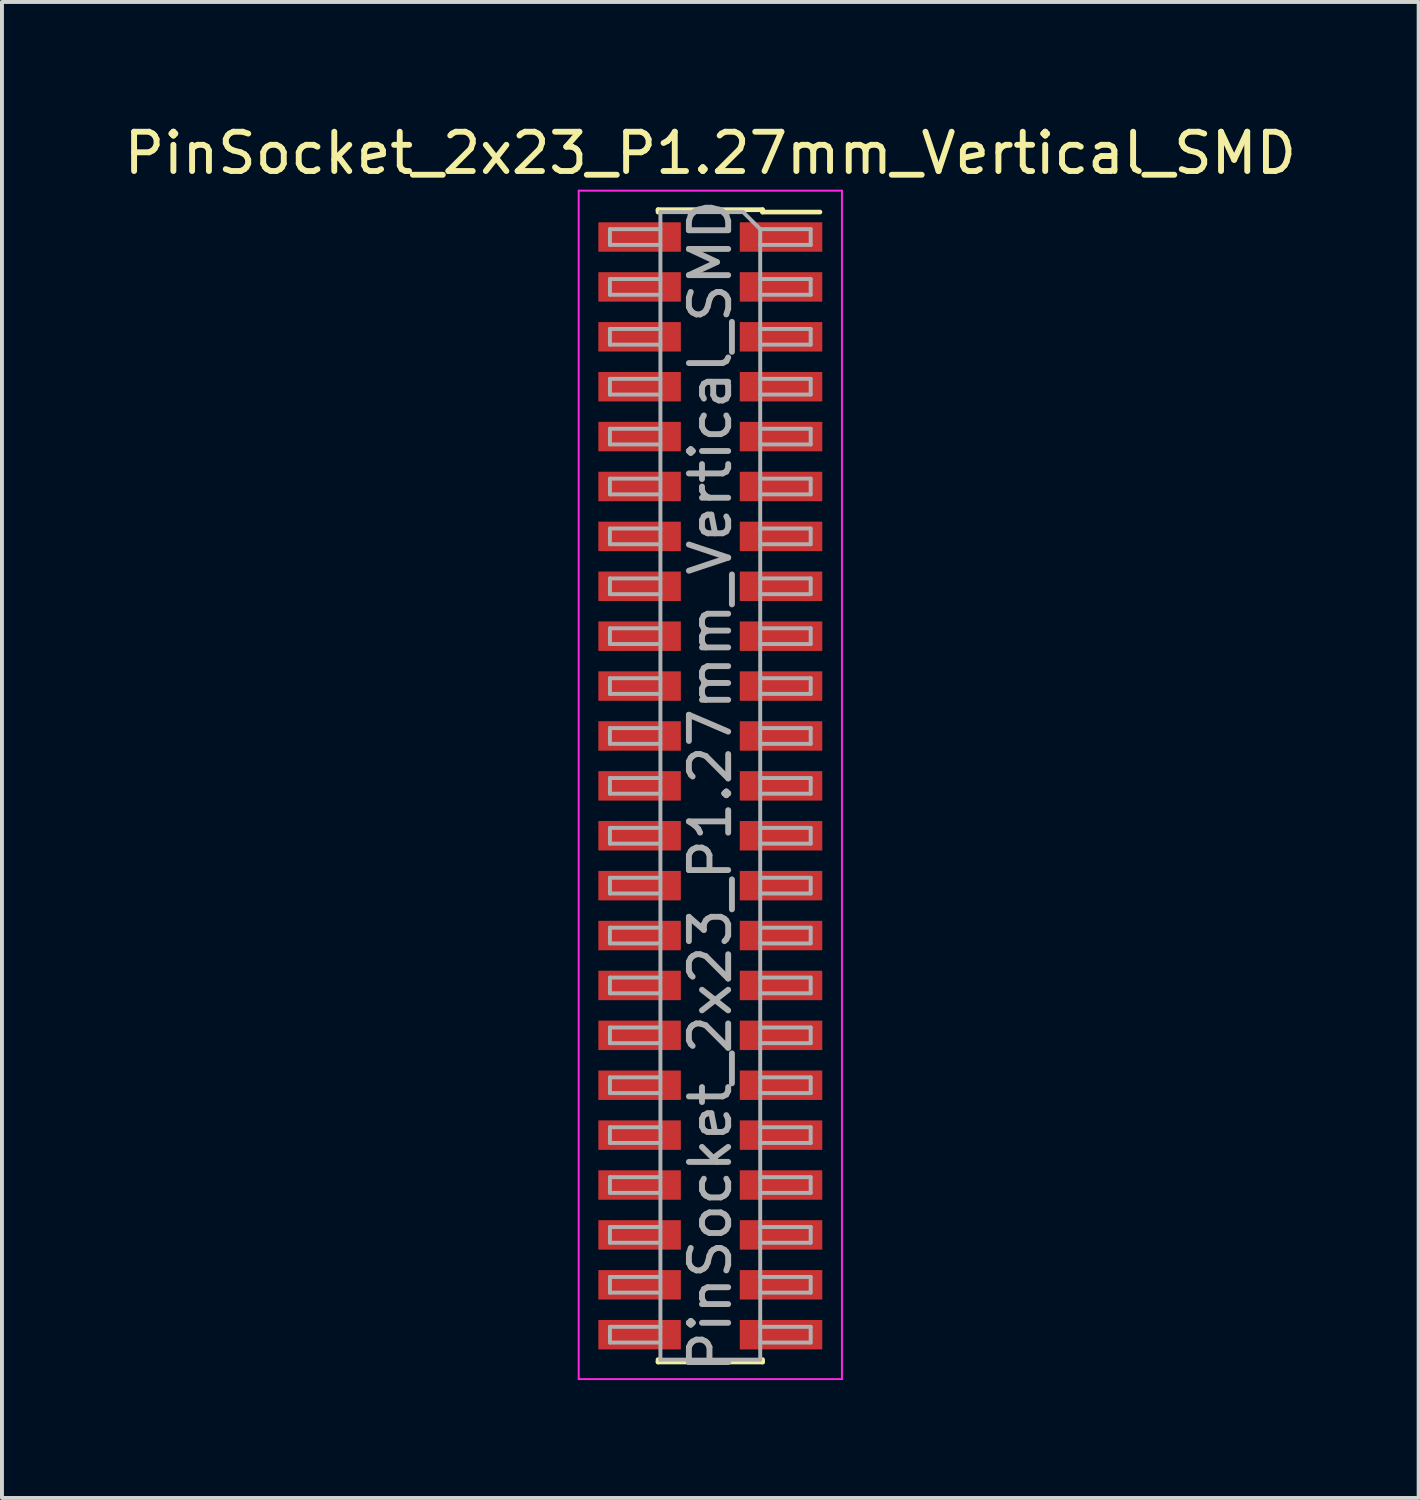
<source format=kicad_pcb>
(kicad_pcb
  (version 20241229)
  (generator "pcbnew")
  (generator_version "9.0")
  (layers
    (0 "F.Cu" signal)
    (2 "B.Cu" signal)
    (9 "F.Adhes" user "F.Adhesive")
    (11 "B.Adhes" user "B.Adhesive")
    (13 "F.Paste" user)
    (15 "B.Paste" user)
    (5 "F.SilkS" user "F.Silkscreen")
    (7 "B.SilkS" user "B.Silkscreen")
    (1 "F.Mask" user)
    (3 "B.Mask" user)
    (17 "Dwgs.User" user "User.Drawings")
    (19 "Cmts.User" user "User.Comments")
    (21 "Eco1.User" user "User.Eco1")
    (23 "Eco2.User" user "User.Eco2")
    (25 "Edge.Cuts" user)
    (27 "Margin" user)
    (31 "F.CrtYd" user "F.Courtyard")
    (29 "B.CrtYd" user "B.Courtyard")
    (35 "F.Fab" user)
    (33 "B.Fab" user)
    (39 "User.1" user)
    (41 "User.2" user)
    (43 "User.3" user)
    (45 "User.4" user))
  (footprint "PinSocket_2x23_P1.27mm_Vertical_SMD"
    (layer "F.Cu")
    (at 15.03 16.953)
    (property "Reference" "PinSocket_2x23_P1.27mm_Vertical_SMD" (at 0 -16.105 0) (layer "F.SilkS") (effects (font (size 1 1) (thickness 0.15))))
    (attr smd)
    (fp_line (start -1.33 -14.665) (end -1.33 -14.605) (stroke (width 0.12) (type solid)) (layer "F.SilkS"))
    (fp_line (start -1.33 -14.665) (end 1.33 -14.665) (stroke (width 0.12) (type solid)) (layer "F.SilkS"))
    (fp_line (start -1.33 14.605) (end -1.33 14.665) (stroke (width 0.12) (type solid)) (layer "F.SilkS"))
    (fp_line (start -1.33 14.665) (end 1.33 14.665) (stroke (width 0.12) (type solid)) (layer "F.SilkS"))
    (fp_line (start 1.33 -14.665) (end 1.33 -14.605) (stroke (width 0.12) (type solid)) (layer "F.SilkS"))
    (fp_line (start 1.33 -14.605) (end 2.79 -14.605) (stroke (width 0.12) (type solid)) (layer "F.SilkS"))
    (fp_line (start 1.33 14.605) (end 1.33 14.665) (stroke (width 0.12) (type solid)) (layer "F.SilkS"))
    (fp_line (start -3.35 -15.15) (end 3.35 -15.15) (stroke (width 0.05) (type solid)) (layer "F.CrtYd"))
    (fp_line (start -3.35 15.1) (end -3.35 -15.15) (stroke (width 0.05) (type solid)) (layer "F.CrtYd"))
    (fp_line (start 3.35 -15.15) (end 3.35 15.1) (stroke (width 0.05) (type solid)) (layer "F.CrtYd"))
    (fp_line (start 3.35 15.1) (end -3.35 15.1) (stroke (width 0.05) (type solid)) (layer "F.CrtYd"))
    (fp_line (start -2.555 -14.17) (end -1.27 -14.17) (stroke (width 0.1) (type solid)) (layer "F.Fab"))
    (fp_line (start -2.555 -13.77) (end -2.555 -14.17) (stroke (width 0.1) (type solid)) (layer "F.Fab"))
    (fp_line (start -2.555 -12.9) (end -1.27 -12.9) (stroke (width 0.1) (type solid)) (layer "F.Fab"))
    (fp_line (start -2.555 -12.5) (end -2.555 -12.9) (stroke (width 0.1) (type solid)) (layer "F.Fab"))
    (fp_line (start -2.555 -11.63) (end -1.27 -11.63) (stroke (width 0.1) (type solid)) (layer "F.Fab"))
    (fp_line (start -2.555 -11.23) (end -2.555 -11.63) (stroke (width 0.1) (type solid)) (layer "F.Fab"))
    (fp_line (start -2.555 -10.36) (end -1.27 -10.36) (stroke (width 0.1) (type solid)) (layer "F.Fab"))
    (fp_line (start -2.555 -9.96) (end -2.555 -10.36) (stroke (width 0.1) (type solid)) (layer "F.Fab"))
    (fp_line (start -2.555 -9.09) (end -1.27 -9.09) (stroke (width 0.1) (type solid)) (layer "F.Fab"))
    (fp_line (start -2.555 -8.69) (end -2.555 -9.09) (stroke (width 0.1) (type solid)) (layer "F.Fab"))
    (fp_line (start -2.555 -7.82) (end -1.27 -7.82) (stroke (width 0.1) (type solid)) (layer "F.Fab"))
    (fp_line (start -2.555 -7.42) (end -2.555 -7.82) (stroke (width 0.1) (type solid)) (layer "F.Fab"))
    (fp_line (start -2.555 -6.55) (end -1.27 -6.55) (stroke (width 0.1) (type solid)) (layer "F.Fab"))
    (fp_line (start -2.555 -6.15) (end -2.555 -6.55) (stroke (width 0.1) (type solid)) (layer "F.Fab"))
    (fp_line (start -2.555 -5.28) (end -1.27 -5.28) (stroke (width 0.1) (type solid)) (layer "F.Fab"))
    (fp_line (start -2.555 -4.88) (end -2.555 -5.28) (stroke (width 0.1) (type solid)) (layer "F.Fab"))
    (fp_line (start -2.555 -4.01) (end -1.27 -4.01) (stroke (width 0.1) (type solid)) (layer "F.Fab"))
    (fp_line (start -2.555 -3.61) (end -2.555 -4.01) (stroke (width 0.1) (type solid)) (layer "F.Fab"))
    (fp_line (start -2.555 -2.74) (end -1.27 -2.74) (stroke (width 0.1) (type solid)) (layer "F.Fab"))
    (fp_line (start -2.555 -2.34) (end -2.555 -2.74) (stroke (width 0.1) (type solid)) (layer "F.Fab"))
    (fp_line (start -2.555 -1.47) (end -1.27 -1.47) (stroke (width 0.1) (type solid)) (layer "F.Fab"))
    (fp_line (start -2.555 -1.07) (end -2.555 -1.47) (stroke (width 0.1) (type solid)) (layer "F.Fab"))
    (fp_line (start -2.555 -0.2) (end -1.27 -0.2) (stroke (width 0.1) (type solid)) (layer "F.Fab"))
    (fp_line (start -2.555 0.2) (end -2.555 -0.2) (stroke (width 0.1) (type solid)) (layer "F.Fab"))
    (fp_line (start -2.555 1.07) (end -1.27 1.07) (stroke (width 0.1) (type solid)) (layer "F.Fab"))
    (fp_line (start -2.555 1.47) (end -2.555 1.07) (stroke (width 0.1) (type solid)) (layer "F.Fab"))
    (fp_line (start -2.555 2.34) (end -1.27 2.34) (stroke (width 0.1) (type solid)) (layer "F.Fab"))
    (fp_line (start -2.555 2.74) (end -2.555 2.34) (stroke (width 0.1) (type solid)) (layer "F.Fab"))
    (fp_line (start -2.555 3.61) (end -1.27 3.61) (stroke (width 0.1) (type solid)) (layer "F.Fab"))
    (fp_line (start -2.555 4.01) (end -2.555 3.61) (stroke (width 0.1) (type solid)) (layer "F.Fab"))
    (fp_line (start -2.555 4.88) (end -1.27 4.88) (stroke (width 0.1) (type solid)) (layer "F.Fab"))
    (fp_line (start -2.555 5.28) (end -2.555 4.88) (stroke (width 0.1) (type solid)) (layer "F.Fab"))
    (fp_line (start -2.555 6.15) (end -1.27 6.15) (stroke (width 0.1) (type solid)) (layer "F.Fab"))
    (fp_line (start -2.555 6.55) (end -2.555 6.15) (stroke (width 0.1) (type solid)) (layer "F.Fab"))
    (fp_line (start -2.555 7.42) (end -1.27 7.42) (stroke (width 0.1) (type solid)) (layer "F.Fab"))
    (fp_line (start -2.555 7.82) (end -2.555 7.42) (stroke (width 0.1) (type solid)) (layer "F.Fab"))
    (fp_line (start -2.555 8.69) (end -1.27 8.69) (stroke (width 0.1) (type solid)) (layer "F.Fab"))
    (fp_line (start -2.555 9.09) (end -2.555 8.69) (stroke (width 0.1) (type solid)) (layer "F.Fab"))
    (fp_line (start -2.555 9.96) (end -1.27 9.96) (stroke (width 0.1) (type solid)) (layer "F.Fab"))
    (fp_line (start -2.555 10.36) (end -2.555 9.96) (stroke (width 0.1) (type solid)) (layer "F.Fab"))
    (fp_line (start -2.555 11.23) (end -1.27 11.23) (stroke (width 0.1) (type solid)) (layer "F.Fab"))
    (fp_line (start -2.555 11.63) (end -2.555 11.23) (stroke (width 0.1) (type solid)) (layer "F.Fab"))
    (fp_line (start -2.555 12.5) (end -1.27 12.5) (stroke (width 0.1) (type solid)) (layer "F.Fab"))
    (fp_line (start -2.555 12.9) (end -2.555 12.5) (stroke (width 0.1) (type solid)) (layer "F.Fab"))
    (fp_line (start -2.555 13.77) (end -1.27 13.77) (stroke (width 0.1) (type solid)) (layer "F.Fab"))
    (fp_line (start -2.555 14.17) (end -2.555 13.77) (stroke (width 0.1) (type solid)) (layer "F.Fab"))
    (fp_line (start -1.27 -14.605) (end 0.835 -14.605) (stroke (width 0.1) (type solid)) (layer "F.Fab"))
    (fp_line (start -1.27 -13.77) (end -2.555 -13.77) (stroke (width 0.1) (type solid)) (layer "F.Fab"))
    (fp_line (start -1.27 -12.5) (end -2.555 -12.5) (stroke (width 0.1) (type solid)) (layer "F.Fab"))
    (fp_line (start -1.27 -11.23) (end -2.555 -11.23) (stroke (width 0.1) (type solid)) (layer "F.Fab"))
    (fp_line (start -1.27 -9.96) (end -2.555 -9.96) (stroke (width 0.1) (type solid)) (layer "F.Fab"))
    (fp_line (start -1.27 -8.69) (end -2.555 -8.69) (stroke (width 0.1) (type solid)) (layer "F.Fab"))
    (fp_line (start -1.27 -7.42) (end -2.555 -7.42) (stroke (width 0.1) (type solid)) (layer "F.Fab"))
    (fp_line (start -1.27 -6.15) (end -2.555 -6.15) (stroke (width 0.1) (type solid)) (layer "F.Fab"))
    (fp_line (start -1.27 -4.88) (end -2.555 -4.88) (stroke (width 0.1) (type solid)) (layer "F.Fab"))
    (fp_line (start -1.27 -3.61) (end -2.555 -3.61) (stroke (width 0.1) (type solid)) (layer "F.Fab"))
    (fp_line (start -1.27 -2.34) (end -2.555 -2.34) (stroke (width 0.1) (type solid)) (layer "F.Fab"))
    (fp_line (start -1.27 -1.07) (end -2.555 -1.07) (stroke (width 0.1) (type solid)) (layer "F.Fab"))
    (fp_line (start -1.27 0.2) (end -2.555 0.2) (stroke (width 0.1) (type solid)) (layer "F.Fab"))
    (fp_line (start -1.27 1.47) (end -2.555 1.47) (stroke (width 0.1) (type solid)) (layer "F.Fab"))
    (fp_line (start -1.27 2.74) (end -2.555 2.74) (stroke (width 0.1) (type solid)) (layer "F.Fab"))
    (fp_line (start -1.27 4.01) (end -2.555 4.01) (stroke (width 0.1) (type solid)) (layer "F.Fab"))
    (fp_line (start -1.27 5.28) (end -2.555 5.28) (stroke (width 0.1) (type solid)) (layer "F.Fab"))
    (fp_line (start -1.27 6.55) (end -2.555 6.55) (stroke (width 0.1) (type solid)) (layer "F.Fab"))
    (fp_line (start -1.27 7.82) (end -2.555 7.82) (stroke (width 0.1) (type solid)) (layer "F.Fab"))
    (fp_line (start -1.27 9.09) (end -2.555 9.09) (stroke (width 0.1) (type solid)) (layer "F.Fab"))
    (fp_line (start -1.27 10.36) (end -2.555 10.36) (stroke (width 0.1) (type solid)) (layer "F.Fab"))
    (fp_line (start -1.27 11.63) (end -2.555 11.63) (stroke (width 0.1) (type solid)) (layer "F.Fab"))
    (fp_line (start -1.27 12.9) (end -2.555 12.9) (stroke (width 0.1) (type solid)) (layer "F.Fab"))
    (fp_line (start -1.27 14.17) (end -2.555 14.17) (stroke (width 0.1) (type solid)) (layer "F.Fab"))
    (fp_line (start -1.27 14.605) (end -1.27 -14.605) (stroke (width 0.1) (type solid)) (layer "F.Fab"))
    (fp_line (start 0.835 -14.605) (end 1.27 -14.17) (stroke (width 0.1) (type solid)) (layer "F.Fab"))
    (fp_line (start 1.27 -14.17) (end 1.27 14.605) (stroke (width 0.1) (type solid)) (layer "F.Fab"))
    (fp_line (start 1.27 -14.17) (end 2.555 -14.17) (stroke (width 0.1) (type solid)) (layer "F.Fab"))
    (fp_line (start 1.27 -12.9) (end 2.555 -12.9) (stroke (width 0.1) (type solid)) (layer "F.Fab"))
    (fp_line (start 1.27 -11.63) (end 2.555 -11.63) (stroke (width 0.1) (type solid)) (layer "F.Fab"))
    (fp_line (start 1.27 -10.36) (end 2.555 -10.36) (stroke (width 0.1) (type solid)) (layer "F.Fab"))
    (fp_line (start 1.27 -9.09) (end 2.555 -9.09) (stroke (width 0.1) (type solid)) (layer "F.Fab"))
    (fp_line (start 1.27 -7.82) (end 2.555 -7.82) (stroke (width 0.1) (type solid)) (layer "F.Fab"))
    (fp_line (start 1.27 -6.55) (end 2.555 -6.55) (stroke (width 0.1) (type solid)) (layer "F.Fab"))
    (fp_line (start 1.27 -5.28) (end 2.555 -5.28) (stroke (width 0.1) (type solid)) (layer "F.Fab"))
    (fp_line (start 1.27 -4.01) (end 2.555 -4.01) (stroke (width 0.1) (type solid)) (layer "F.Fab"))
    (fp_line (start 1.27 -2.74) (end 2.555 -2.74) (stroke (width 0.1) (type solid)) (layer "F.Fab"))
    (fp_line (start 1.27 -1.47) (end 2.555 -1.47) (stroke (width 0.1) (type solid)) (layer "F.Fab"))
    (fp_line (start 1.27 -0.2) (end 2.555 -0.2) (stroke (width 0.1) (type solid)) (layer "F.Fab"))
    (fp_line (start 1.27 1.07) (end 2.555 1.07) (stroke (width 0.1) (type solid)) (layer "F.Fab"))
    (fp_line (start 1.27 2.34) (end 2.555 2.34) (stroke (width 0.1) (type solid)) (layer "F.Fab"))
    (fp_line (start 1.27 3.61) (end 2.555 3.61) (stroke (width 0.1) (type solid)) (layer "F.Fab"))
    (fp_line (start 1.27 4.88) (end 2.555 4.88) (stroke (width 0.1) (type solid)) (layer "F.Fab"))
    (fp_line (start 1.27 6.15) (end 2.555 6.15) (stroke (width 0.1) (type solid)) (layer "F.Fab"))
    (fp_line (start 1.27 7.42) (end 2.555 7.42) (stroke (width 0.1) (type solid)) (layer "F.Fab"))
    (fp_line (start 1.27 8.69) (end 2.555 8.69) (stroke (width 0.1) (type solid)) (layer "F.Fab"))
    (fp_line (start 1.27 9.96) (end 2.555 9.96) (stroke (width 0.1) (type solid)) (layer "F.Fab"))
    (fp_line (start 1.27 11.23) (end 2.555 11.23) (stroke (width 0.1) (type solid)) (layer "F.Fab"))
    (fp_line (start 1.27 12.5) (end 2.555 12.5) (stroke (width 0.1) (type solid)) (layer "F.Fab"))
    (fp_line (start 1.27 13.77) (end 2.555 13.77) (stroke (width 0.1) (type solid)) (layer "F.Fab"))
    (fp_line (start 1.27 14.605) (end -1.27 14.605) (stroke (width 0.1) (type solid)) (layer "F.Fab"))
    (fp_line (start 2.555 -14.17) (end 2.555 -13.77) (stroke (width 0.1) (type solid)) (layer "F.Fab"))
    (fp_line (start 2.555 -13.77) (end 1.27 -13.77) (stroke (width 0.1) (type solid)) (layer "F.Fab"))
    (fp_line (start 2.555 -12.9) (end 2.555 -12.5) (stroke (width 0.1) (type solid)) (layer "F.Fab"))
    (fp_line (start 2.555 -12.5) (end 1.27 -12.5) (stroke (width 0.1) (type solid)) (layer "F.Fab"))
    (fp_line (start 2.555 -11.63) (end 2.555 -11.23) (stroke (width 0.1) (type solid)) (layer "F.Fab"))
    (fp_line (start 2.555 -11.23) (end 1.27 -11.23) (stroke (width 0.1) (type solid)) (layer "F.Fab"))
    (fp_line (start 2.555 -10.36) (end 2.555 -9.96) (stroke (width 0.1) (type solid)) (layer "F.Fab"))
    (fp_line (start 2.555 -9.96) (end 1.27 -9.96) (stroke (width 0.1) (type solid)) (layer "F.Fab"))
    (fp_line (start 2.555 -9.09) (end 2.555 -8.69) (stroke (width 0.1) (type solid)) (layer "F.Fab"))
    (fp_line (start 2.555 -8.69) (end 1.27 -8.69) (stroke (width 0.1) (type solid)) (layer "F.Fab"))
    (fp_line (start 2.555 -7.82) (end 2.555 -7.42) (stroke (width 0.1) (type solid)) (layer "F.Fab"))
    (fp_line (start 2.555 -7.42) (end 1.27 -7.42) (stroke (width 0.1) (type solid)) (layer "F.Fab"))
    (fp_line (start 2.555 -6.55) (end 2.555 -6.15) (stroke (width 0.1) (type solid)) (layer "F.Fab"))
    (fp_line (start 2.555 -6.15) (end 1.27 -6.15) (stroke (width 0.1) (type solid)) (layer "F.Fab"))
    (fp_line (start 2.555 -5.28) (end 2.555 -4.88) (stroke (width 0.1) (type solid)) (layer "F.Fab"))
    (fp_line (start 2.555 -4.88) (end 1.27 -4.88) (stroke (width 0.1) (type solid)) (layer "F.Fab"))
    (fp_line (start 2.555 -4.01) (end 2.555 -3.61) (stroke (width 0.1) (type solid)) (layer "F.Fab"))
    (fp_line (start 2.555 -3.61) (end 1.27 -3.61) (stroke (width 0.1) (type solid)) (layer "F.Fab"))
    (fp_line (start 2.555 -2.74) (end 2.555 -2.34) (stroke (width 0.1) (type solid)) (layer "F.Fab"))
    (fp_line (start 2.555 -2.34) (end 1.27 -2.34) (stroke (width 0.1) (type solid)) (layer "F.Fab"))
    (fp_line (start 2.555 -1.47) (end 2.555 -1.07) (stroke (width 0.1) (type solid)) (layer "F.Fab"))
    (fp_line (start 2.555 -1.07) (end 1.27 -1.07) (stroke (width 0.1) (type solid)) (layer "F.Fab"))
    (fp_line (start 2.555 -0.2) (end 2.555 0.2) (stroke (width 0.1) (type solid)) (layer "F.Fab"))
    (fp_line (start 2.555 0.2) (end 1.27 0.2) (stroke (width 0.1) (type solid)) (layer "F.Fab"))
    (fp_line (start 2.555 1.07) (end 2.555 1.47) (stroke (width 0.1) (type solid)) (layer "F.Fab"))
    (fp_line (start 2.555 1.47) (end 1.27 1.47) (stroke (width 0.1) (type solid)) (layer "F.Fab"))
    (fp_line (start 2.555 2.34) (end 2.555 2.74) (stroke (width 0.1) (type solid)) (layer "F.Fab"))
    (fp_line (start 2.555 2.74) (end 1.27 2.74) (stroke (width 0.1) (type solid)) (layer "F.Fab"))
    (fp_line (start 2.555 3.61) (end 2.555 4.01) (stroke (width 0.1) (type solid)) (layer "F.Fab"))
    (fp_line (start 2.555 4.01) (end 1.27 4.01) (stroke (width 0.1) (type solid)) (layer "F.Fab"))
    (fp_line (start 2.555 4.88) (end 2.555 5.28) (stroke (width 0.1) (type solid)) (layer "F.Fab"))
    (fp_line (start 2.555 5.28) (end 1.27 5.28) (stroke (width 0.1) (type solid)) (layer "F.Fab"))
    (fp_line (start 2.555 6.15) (end 2.555 6.55) (stroke (width 0.1) (type solid)) (layer "F.Fab"))
    (fp_line (start 2.555 6.55) (end 1.27 6.55) (stroke (width 0.1) (type solid)) (layer "F.Fab"))
    (fp_line (start 2.555 7.42) (end 2.555 7.82) (stroke (width 0.1) (type solid)) (layer "F.Fab"))
    (fp_line (start 2.555 7.82) (end 1.27 7.82) (stroke (width 0.1) (type solid)) (layer "F.Fab"))
    (fp_line (start 2.555 8.69) (end 2.555 9.09) (stroke (width 0.1) (type solid)) (layer "F.Fab"))
    (fp_line (start 2.555 9.09) (end 1.27 9.09) (stroke (width 0.1) (type solid)) (layer "F.Fab"))
    (fp_line (start 2.555 9.96) (end 2.555 10.36) (stroke (width 0.1) (type solid)) (layer "F.Fab"))
    (fp_line (start 2.555 10.36) (end 1.27 10.36) (stroke (width 0.1) (type solid)) (layer "F.Fab"))
    (fp_line (start 2.555 11.23) (end 2.555 11.63) (stroke (width 0.1) (type solid)) (layer "F.Fab"))
    (fp_line (start 2.555 11.63) (end 1.27 11.63) (stroke (width 0.1) (type solid)) (layer "F.Fab"))
    (fp_line (start 2.555 12.5) (end 2.555 12.9) (stroke (width 0.1) (type solid)) (layer "F.Fab"))
    (fp_line (start 2.555 12.9) (end 1.27 12.9) (stroke (width 0.1) (type solid)) (layer "F.Fab"))
    (fp_line (start 2.555 13.77) (end 2.555 14.17) (stroke (width 0.1) (type solid)) (layer "F.Fab"))
    (fp_line (start 2.555 14.17) (end 1.27 14.17) (stroke (width 0.1) (type solid)) (layer "F.Fab"))
    (fp_text user "${REFERENCE}" (at 0 0 90) (layer "F.Fab") (effects (font (size 1 1) (thickness 0.15))))
    (pad "1" smd rect (at 1.8 -13.97) (size 2.1 0.75) (layers "F.Cu" "F.Mask" "F.Paste"))
    (pad "2" smd rect (at -1.8 -13.97) (size 2.1 0.75) (layers "F.Cu" "F.Mask" "F.Paste"))
    (pad "3" smd rect (at 1.8 -12.7) (size 2.1 0.75) (layers "F.Cu" "F.Mask" "F.Paste"))
    (pad "4" smd rect (at -1.8 -12.7) (size 2.1 0.75) (layers "F.Cu" "F.Mask" "F.Paste"))
    (pad "5" smd rect (at 1.8 -11.43) (size 2.1 0.75) (layers "F.Cu" "F.Mask" "F.Paste"))
    (pad "6" smd rect (at -1.8 -11.43) (size 2.1 0.75) (layers "F.Cu" "F.Mask" "F.Paste"))
    (pad "7" smd rect (at 1.8 -10.16) (size 2.1 0.75) (layers "F.Cu" "F.Mask" "F.Paste"))
    (pad "8" smd rect (at -1.8 -10.16) (size 2.1 0.75) (layers "F.Cu" "F.Mask" "F.Paste"))
    (pad "9" smd rect (at 1.8 -8.89) (size 2.1 0.75) (layers "F.Cu" "F.Mask" "F.Paste"))
    (pad "10" smd rect (at -1.8 -8.89) (size 2.1 0.75) (layers "F.Cu" "F.Mask" "F.Paste"))
    (pad "11" smd rect (at 1.8 -7.62) (size 2.1 0.75) (layers "F.Cu" "F.Mask" "F.Paste"))
    (pad "12" smd rect (at -1.8 -7.62) (size 2.1 0.75) (layers "F.Cu" "F.Mask" "F.Paste"))
    (pad "13" smd rect (at 1.8 -6.35) (size 2.1 0.75) (layers "F.Cu" "F.Mask" "F.Paste"))
    (pad "14" smd rect (at -1.8 -6.35) (size 2.1 0.75) (layers "F.Cu" "F.Mask" "F.Paste"))
    (pad "15" smd rect (at 1.8 -5.08) (size 2.1 0.75) (layers "F.Cu" "F.Mask" "F.Paste"))
    (pad "16" smd rect (at -1.8 -5.08) (size 2.1 0.75) (layers "F.Cu" "F.Mask" "F.Paste"))
    (pad "17" smd rect (at 1.8 -3.81) (size 2.1 0.75) (layers "F.Cu" "F.Mask" "F.Paste"))
    (pad "18" smd rect (at -1.8 -3.81) (size 2.1 0.75) (layers "F.Cu" "F.Mask" "F.Paste"))
    (pad "19" smd rect (at 1.8 -2.54) (size 2.1 0.75) (layers "F.Cu" "F.Mask" "F.Paste"))
    (pad "20" smd rect (at -1.8 -2.54) (size 2.1 0.75) (layers "F.Cu" "F.Mask" "F.Paste"))
    (pad "21" smd rect (at 1.8 -1.27) (size 2.1 0.75) (layers "F.Cu" "F.Mask" "F.Paste"))
    (pad "22" smd rect (at -1.8 -1.27) (size 2.1 0.75) (layers "F.Cu" "F.Mask" "F.Paste"))
    (pad "23" smd rect (at 1.8 0) (size 2.1 0.75) (layers "F.Cu" "F.Mask" "F.Paste"))
    (pad "24" smd rect (at -1.8 0) (size 2.1 0.75) (layers "F.Cu" "F.Mask" "F.Paste"))
    (pad "25" smd rect (at 1.8 1.27) (size 2.1 0.75) (layers "F.Cu" "F.Mask" "F.Paste"))
    (pad "26" smd rect (at -1.8 1.27) (size 2.1 0.75) (layers "F.Cu" "F.Mask" "F.Paste"))
    (pad "27" smd rect (at 1.8 2.54) (size 2.1 0.75) (layers "F.Cu" "F.Mask" "F.Paste"))
    (pad "28" smd rect (at -1.8 2.54) (size 2.1 0.75) (layers "F.Cu" "F.Mask" "F.Paste"))
    (pad "29" smd rect (at 1.8 3.81) (size 2.1 0.75) (layers "F.Cu" "F.Mask" "F.Paste"))
    (pad "30" smd rect (at -1.8 3.81) (size 2.1 0.75) (layers "F.Cu" "F.Mask" "F.Paste"))
    (pad "31" smd rect (at 1.8 5.08) (size 2.1 0.75) (layers "F.Cu" "F.Mask" "F.Paste"))
    (pad "32" smd rect (at -1.8 5.08) (size 2.1 0.75) (layers "F.Cu" "F.Mask" "F.Paste"))
    (pad "33" smd rect (at 1.8 6.35) (size 2.1 0.75) (layers "F.Cu" "F.Mask" "F.Paste"))
    (pad "34" smd rect (at -1.8 6.35) (size 2.1 0.75) (layers "F.Cu" "F.Mask" "F.Paste"))
    (pad "35" smd rect (at 1.8 7.62) (size 2.1 0.75) (layers "F.Cu" "F.Mask" "F.Paste"))
    (pad "36" smd rect (at -1.8 7.62) (size 2.1 0.75) (layers "F.Cu" "F.Mask" "F.Paste"))
    (pad "37" smd rect (at 1.8 8.89) (size 2.1 0.75) (layers "F.Cu" "F.Mask" "F.Paste"))
    (pad "38" smd rect (at -1.8 8.89) (size 2.1 0.75) (layers "F.Cu" "F.Mask" "F.Paste"))
    (pad "39" smd rect (at 1.8 10.16) (size 2.1 0.75) (layers "F.Cu" "F.Mask" "F.Paste"))
    (pad "40" smd rect (at -1.8 10.16) (size 2.1 0.75) (layers "F.Cu" "F.Mask" "F.Paste"))
    (pad "41" smd rect (at 1.8 11.43) (size 2.1 0.75) (layers "F.Cu" "F.Mask" "F.Paste"))
    (pad "42" smd rect (at -1.8 11.43) (size 2.1 0.75) (layers "F.Cu" "F.Mask" "F.Paste"))
    (pad "43" smd rect (at 1.8 12.7) (size 2.1 0.75) (layers "F.Cu" "F.Mask" "F.Paste"))
    (pad "44" smd rect (at -1.8 12.7) (size 2.1 0.75) (layers "F.Cu" "F.Mask" "F.Paste"))
    (pad "45" smd rect (at 1.8 13.97) (size 2.1 0.75) (layers "F.Cu" "F.Mask" "F.Paste"))
    (pad "46" smd rect (at -1.8 13.97) (size 2.1 0.75) (layers "F.Cu" "F.Mask" "F.Paste")))
  (gr_rect
    (start -3 -3)
    (end 33.06 35.078)
    (stroke (width 0.1) (type default))
    (fill no)
    (layer "Edge.Cuts")))
</source>
